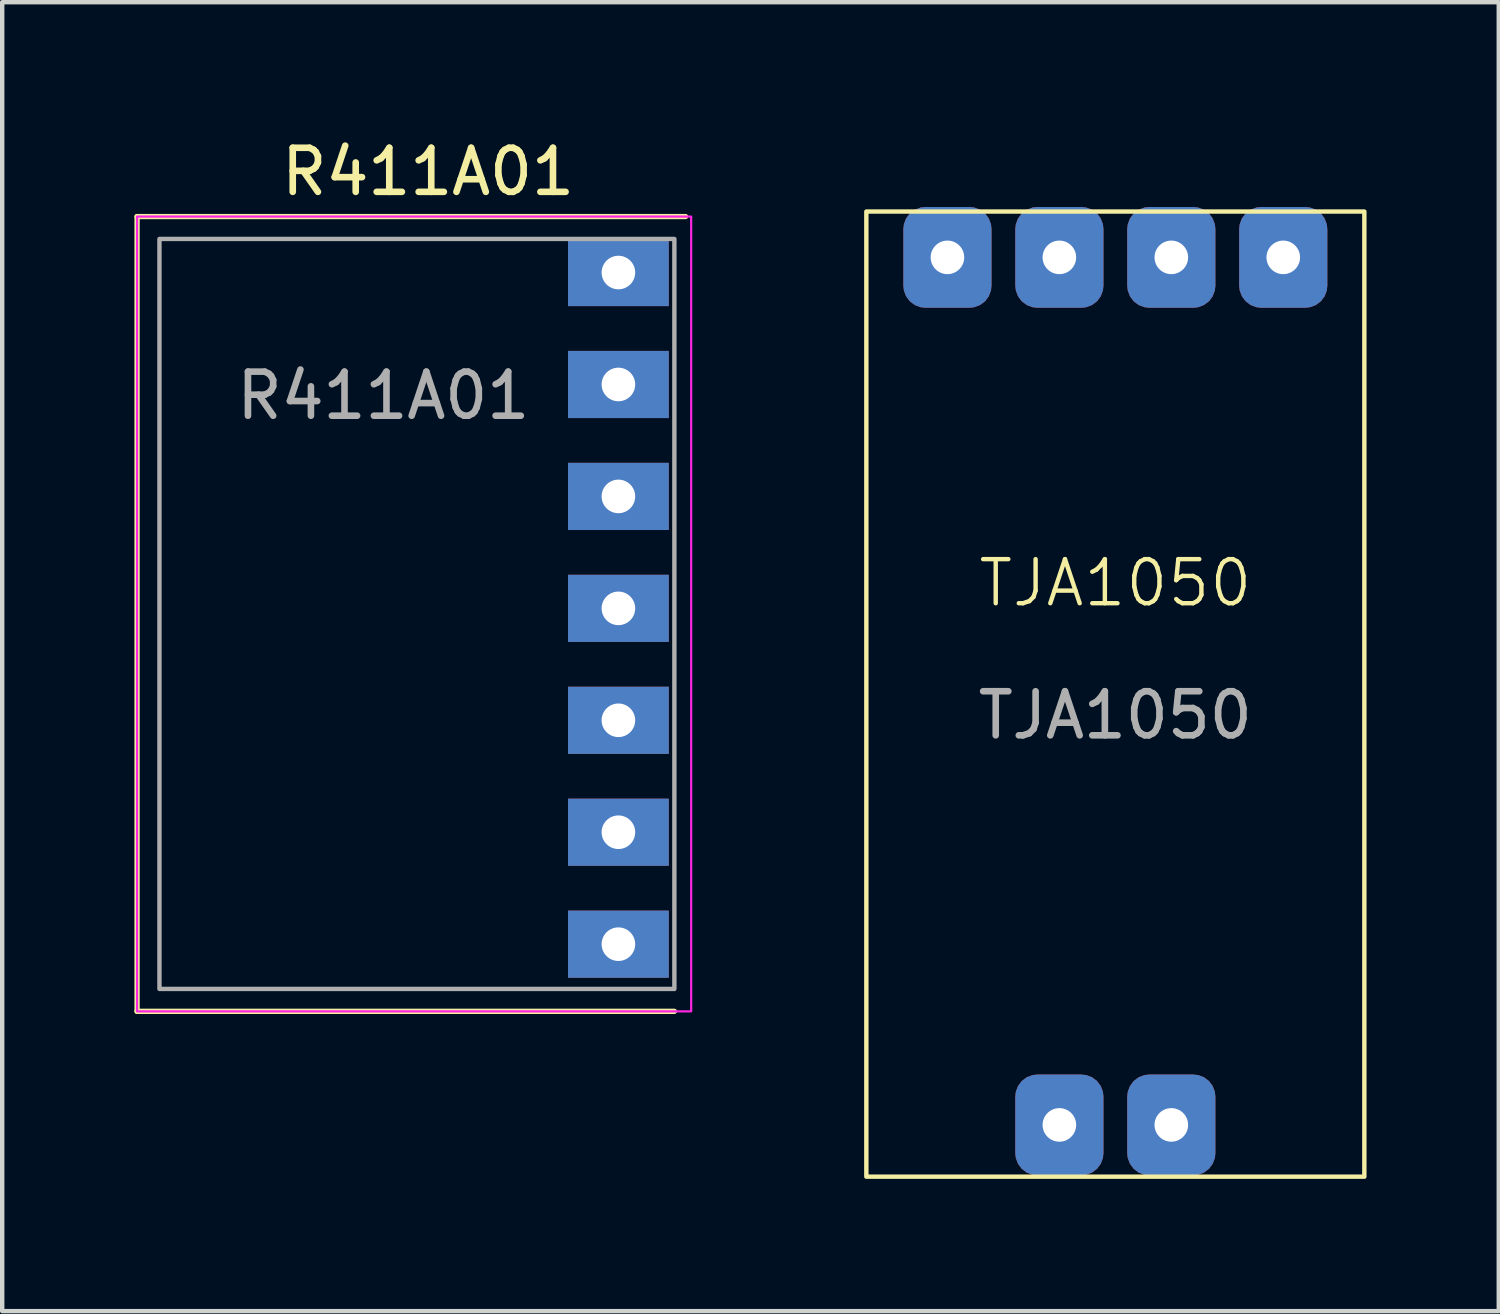
<source format=kicad_pcb>
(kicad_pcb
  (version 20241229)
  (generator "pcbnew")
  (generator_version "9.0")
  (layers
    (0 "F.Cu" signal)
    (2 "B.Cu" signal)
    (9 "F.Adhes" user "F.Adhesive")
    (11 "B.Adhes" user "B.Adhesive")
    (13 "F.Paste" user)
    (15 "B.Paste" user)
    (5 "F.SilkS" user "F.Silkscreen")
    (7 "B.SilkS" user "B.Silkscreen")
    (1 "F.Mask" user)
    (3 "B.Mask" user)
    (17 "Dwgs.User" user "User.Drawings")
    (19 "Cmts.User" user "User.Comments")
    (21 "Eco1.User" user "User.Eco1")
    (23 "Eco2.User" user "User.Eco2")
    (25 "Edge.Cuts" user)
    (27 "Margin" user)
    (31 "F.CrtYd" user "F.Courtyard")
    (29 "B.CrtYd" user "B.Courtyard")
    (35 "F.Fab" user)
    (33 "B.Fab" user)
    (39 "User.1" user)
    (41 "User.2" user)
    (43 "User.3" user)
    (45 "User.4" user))
  (footprint "TJA1050"
    (layer "F.Cu")
    (at 15.908 0.25)
    (property "Reference" "TJA1050" (at 6.35 9.93 0) (unlocked yes) (layer "F.SilkS") (effects (font (size 1 1) (thickness 0.1))))
    (attr through_hole)
    (fp_rect (start 0.7 1.5) (end 12 23.4) (stroke (width 0.1) (type default)) (fill no) (layer "F.SilkS"))
    (fp_text user "${REFERENCE}" (at 6.35 12.93 0) (unlocked yes) (layer "F.Fab") (effects (font (size 1 1) (thickness 0.15))))
    (pad "1" thru_hole roundrect (at 10.16 2.54) (size 2 2.286) (drill 0.762) (layers "*.Cu" "*.Mask") (roundrect_rratio 0.25))
    (pad "2" thru_hole roundrect (at 7.62 2.54) (size 2 2.286) (drill 0.762) (layers "*.Cu" "*.Mask") (roundrect_rratio 0.25))
    (pad "3" thru_hole roundrect (at 5.08 2.54) (size 2 2.286) (drill 0.762) (layers "*.Cu" "*.Mask") (roundrect_rratio 0.25))
    (pad "4" thru_hole roundrect (at 2.54 2.54) (size 2 2.286) (drill 0.762) (layers "*.Cu" "*.Mask") (roundrect_rratio 0.25))
    (pad "5" thru_hole roundrect (at 5.08 22.225) (size 2 2.286) (drill 0.762) (layers "*.Cu" "*.Mask") (roundrect_rratio 0.25))
    (pad "6" thru_hole roundrect (at 7.62 22.225) (size 2 2.286) (drill 0.762) (layers "*.Cu" "*.Mask") (roundrect_rratio 0.25)))
  (footprint "R411A01"
    (layer "F.Cu")
    (at 0.568 2.372)
    (property "Reference" "R411A01" (at 6.096 -1.524 0) (unlocked yes) (layer "F.SilkS") (effects (font (size 1 1) (thickness 0.15))))
    (attr smd)
    (fp_line (start -0.508 -0.508) (end -0.508 17.526) (stroke (width 0.12) (type solid)) (layer "F.SilkS"))
    (fp_line (start -0.508 17.526) (end 11.684 17.526) (stroke (width 0.12) (type solid)) (layer "F.SilkS"))
    (fp_line (start 11.938 -0.508) (end -0.508 -0.508) (stroke (width 0.12) (type solid)) (layer "F.SilkS"))
    (fp_rect (start -0.508 -0.508) (end 12.065 17.526) (stroke (width 0.05) (type solid)) (fill no) (layer "F.CrtYd"))
    (fp_rect (start 11.684 0) (end 0 17.018) (stroke (width 0.1) (type solid)) (fill no) (layer "F.Fab"))
    (fp_text user "${REFERENCE}" (at 5.08 3.556 0) (unlocked yes) (layer "F.Fab") (effects (font (size 1 1) (thickness 0.15))))
    (pad "1" thru_hole rect (at 10.414 0.762) (size 2.286 1.524) (drill 0.762) (layers "*.Cu" "*.Mask"))
    (pad "2" thru_hole rect (at 10.414 3.302) (size 2.286 1.524) (drill 0.762) (layers "*.Cu" "*.Mask"))
    (pad "3" thru_hole rect (at 10.414 5.842) (size 2.286 1.524) (drill 0.762) (layers "*.Cu" "*.Mask"))
    (pad "4" thru_hole rect (at 10.414 8.382) (size 2.286 1.524) (drill 0.762) (layers "*.Cu" "*.Mask"))
    (pad "5" thru_hole rect (at 10.414 10.922) (size 2.286 1.524) (drill 0.762) (layers "*.Cu" "*.Mask"))
    (pad "6" thru_hole rect (at 10.414 13.462) (size 2.286 1.524) (drill 0.762) (layers "*.Cu" "*.Mask"))
    (pad "7" thru_hole rect (at 10.414 16.002) (size 2.286 1.524) (drill 0.762) (layers "*.Cu" "*.Mask")))
  (gr_rect
    (start -3 -3)
    (end 30.958 26.7)
    (stroke (width 0.1) (type default))
    (fill no)
    (layer "Edge.Cuts")))
</source>
